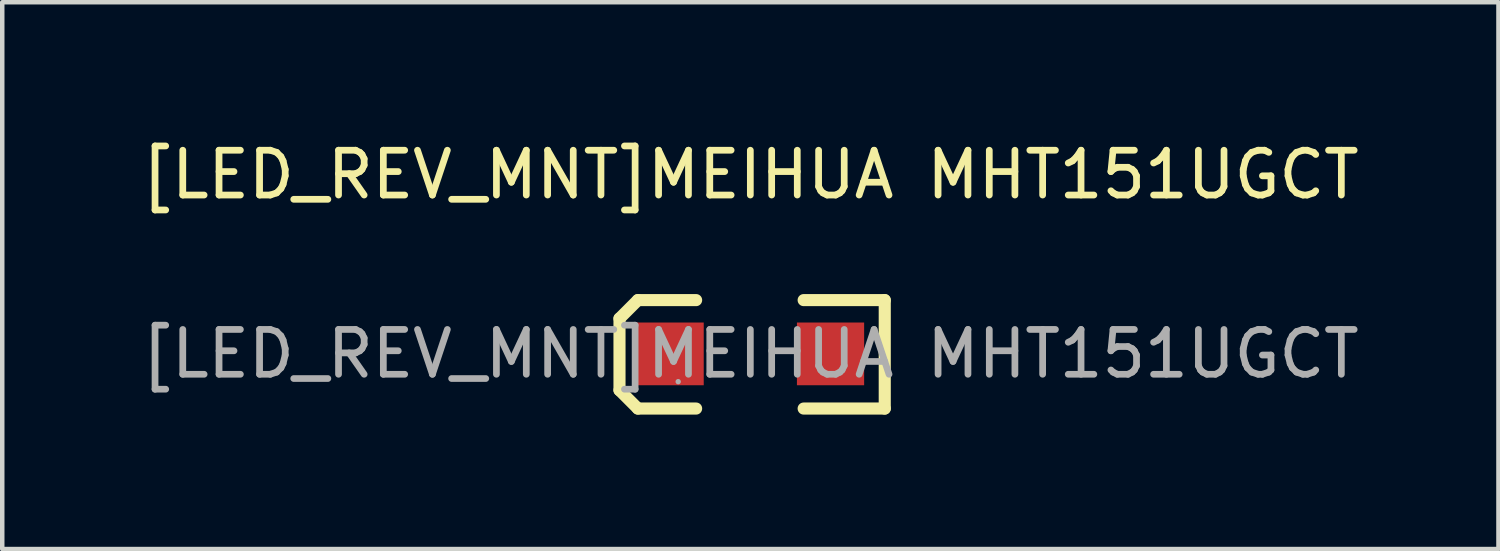
<source format=kicad_pcb>
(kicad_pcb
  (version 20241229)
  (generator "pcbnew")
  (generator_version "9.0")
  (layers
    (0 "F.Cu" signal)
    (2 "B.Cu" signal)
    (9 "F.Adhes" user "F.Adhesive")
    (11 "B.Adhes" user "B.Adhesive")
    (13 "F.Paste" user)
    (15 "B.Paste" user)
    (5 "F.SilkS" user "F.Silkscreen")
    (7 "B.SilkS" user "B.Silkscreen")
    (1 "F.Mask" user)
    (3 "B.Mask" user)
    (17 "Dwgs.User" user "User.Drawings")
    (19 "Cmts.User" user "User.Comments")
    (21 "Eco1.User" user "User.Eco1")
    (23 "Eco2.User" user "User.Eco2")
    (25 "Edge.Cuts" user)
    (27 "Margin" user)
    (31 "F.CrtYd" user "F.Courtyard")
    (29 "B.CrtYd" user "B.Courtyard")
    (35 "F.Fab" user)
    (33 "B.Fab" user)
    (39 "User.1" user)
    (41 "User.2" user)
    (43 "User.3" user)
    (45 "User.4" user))
  (footprint "[LED_REV_MNT]MEIHUA MHT151UGCT"
    (layer "F.Cu")
    (at 13.696 4.848)
    (property "Reference" "[LED_REV_MNT]MEIHUA MHT151UGCT" (at 0 -4 0) (layer "F.SilkS") (effects (font (size 1 1) (thickness 0.15))))
    (attr smd)
    (fp_line (start -2.92 -0.79) (end -2.92 0.81) (stroke (width 0.27) (type solid)) (layer "F.SilkS"))
    (fp_line (start -2.92 0.81) (end -2.51 1.22) (stroke (width 0.27) (type solid)) (layer "F.SilkS"))
    (fp_line (start -2.51 -1.2) (end -2.92 -0.79) (stroke (width 0.27) (type solid)) (layer "F.SilkS"))
    (fp_line (start -2.51 1.22) (end -1.21 1.22) (stroke (width 0.27) (type solid)) (layer "F.SilkS"))
    (fp_line (start -1.21 -1.2) (end -2.51 -1.2) (stroke (width 0.27) (type solid)) (layer "F.SilkS"))
    (fp_line (start 1.19 1.22) (end 3 1.22) (stroke (width 0.27) (type solid)) (layer "F.SilkS"))
    (fp_line (start 3 -1.2) (end 1.19 -1.2) (stroke (width 0.27) (type solid)) (layer "F.SilkS"))
    (fp_line (start 3 1.22) (end 3 -1.2) (stroke (width 0.27) (type solid)) (layer "F.SilkS"))
    (fp_circle (center -1.61 0.62) (end -1.58 0.62) (stroke (width 0.06) (type solid)) (fill no) (layer "F.Fab"))
    (fp_text user "${REFERENCE}" (at 0 0 0) (layer "F.Fab") (effects (font (size 1 1) (thickness 0.15))))
    (pad "1" smd rect (at -1.79 0) (size 1.5 1.4) (layers "F.Cu" "F.Mask" "F.Paste"))
    (pad "2" smd rect (at 1.79 0) (size 1.5 1.4) (layers "F.Cu" "F.Mask" "F.Paste")))
  (gr_rect
    (start -3 -3)
    (end 30.393 9.203)
    (stroke (width 0.1) (type default))
    (fill no)
    (layer "Edge.Cuts")))
</source>
